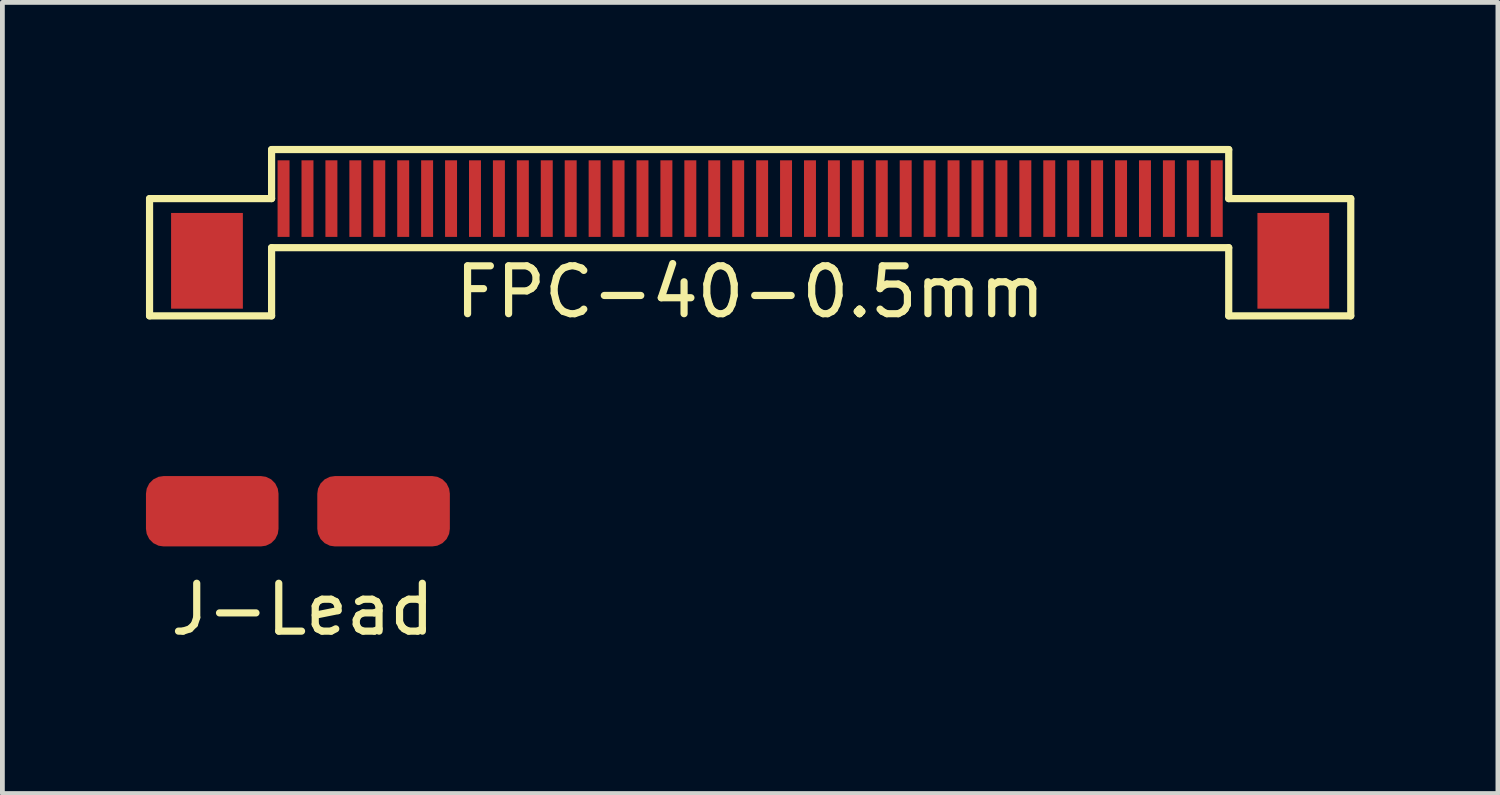
<source format=kicad_pcb>
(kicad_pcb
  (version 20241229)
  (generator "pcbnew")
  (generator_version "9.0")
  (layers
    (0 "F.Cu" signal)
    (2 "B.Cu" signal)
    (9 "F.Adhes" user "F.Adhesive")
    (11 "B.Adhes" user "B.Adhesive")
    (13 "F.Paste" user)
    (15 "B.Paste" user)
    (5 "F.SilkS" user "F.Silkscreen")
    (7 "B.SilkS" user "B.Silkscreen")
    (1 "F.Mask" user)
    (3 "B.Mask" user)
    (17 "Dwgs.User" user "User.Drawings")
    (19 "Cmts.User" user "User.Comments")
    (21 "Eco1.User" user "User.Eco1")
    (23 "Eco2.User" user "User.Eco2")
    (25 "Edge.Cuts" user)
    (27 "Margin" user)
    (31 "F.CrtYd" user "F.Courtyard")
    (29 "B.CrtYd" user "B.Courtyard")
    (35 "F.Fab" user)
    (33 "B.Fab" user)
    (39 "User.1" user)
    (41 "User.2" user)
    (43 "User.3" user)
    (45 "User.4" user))
  (footprint "FPC-40-0.5mm"
    (layer "F.Cu")
    (at 12.625 1.1)
    (property "Reference" "FPC-40-0.5mm" (at 0 1.95 0) (layer "F.SilkS") (effects (font (size 1 1) (thickness 0.15))))
    (attr smd)
    (fp_line (start -12.55 0) (end -10 0) (stroke (width 0.15) (type solid)) (layer "F.SilkS"))
    (fp_line (start -12.55 2.45) (end -12.55 0) (stroke (width 0.15) (type solid)) (layer "F.SilkS"))
    (fp_line (start -10 -1.025) (end 10 -1.025) (stroke (width 0.15) (type solid)) (layer "F.SilkS"))
    (fp_line (start -10 0) (end -10 -1.025) (stroke (width 0.15) (type solid)) (layer "F.SilkS"))
    (fp_line (start -10 1.025) (end -10 2.45) (stroke (width 0.15) (type solid)) (layer "F.SilkS"))
    (fp_line (start -10 1.025) (end 10 1.025) (stroke (width 0.15) (type solid)) (layer "F.SilkS"))
    (fp_line (start -10 2.45) (end -12.55 2.45) (stroke (width 0.15) (type solid)) (layer "F.SilkS"))
    (fp_line (start 10 0) (end 10 -1.025) (stroke (width 0.15) (type solid)) (layer "F.SilkS"))
    (fp_line (start 10 1.025) (end 10 2.45) (stroke (width 0.15) (type solid)) (layer "F.SilkS"))
    (fp_line (start 10 2.45) (end 12.55 2.45) (stroke (width 0.15) (type solid)) (layer "F.SilkS"))
    (fp_line (start 12.55 0) (end 10 0) (stroke (width 0.15) (type solid)) (layer "F.SilkS"))
    (fp_line (start 12.55 2.45) (end 12.55 0) (stroke (width 0.15) (type solid)) (layer "F.SilkS"))
    (pad "0" smd rect (at -11.35 1.3) (size 1.5 2) (layers "F.Cu" "F.Mask" "F.Paste"))
    (pad "0" smd rect (at 11.35 1.3) (size 1.5 2) (layers "F.Cu" "F.Mask" "F.Paste"))
    (pad "1" smd rect (at -9.75 0) (size 0.25 1.6) (layers "F.Cu" "F.Mask" "F.Paste"))
    (pad "2" smd rect (at -9.25 0) (size 0.25 1.6) (layers "F.Cu" "F.Mask" "F.Paste"))
    (pad "3" smd rect (at -8.75 0) (size 0.25 1.6) (layers "F.Cu" "F.Mask" "F.Paste"))
    (pad "4" smd rect (at -8.25 0) (size 0.25 1.6) (layers "F.Cu" "F.Mask" "F.Paste"))
    (pad "5" smd rect (at -7.75 0) (size 0.25 1.6) (layers "F.Cu" "F.Mask" "F.Paste"))
    (pad "6" smd rect (at -7.25 0) (size 0.25 1.6) (layers "F.Cu" "F.Mask" "F.Paste"))
    (pad "7" smd rect (at -6.75 0) (size 0.25 1.6) (layers "F.Cu" "F.Mask" "F.Paste"))
    (pad "8" smd rect (at -6.25 0) (size 0.25 1.6) (layers "F.Cu" "F.Mask" "F.Paste"))
    (pad "9" smd rect (at -5.75 0) (size 0.25 1.6) (layers "F.Cu" "F.Mask" "F.Paste"))
    (pad "10" smd rect (at -5.25 0) (size 0.25 1.6) (layers "F.Cu" "F.Mask" "F.Paste"))
    (pad "11" smd rect (at -4.75 0) (size 0.25 1.6) (layers "F.Cu" "F.Mask" "F.Paste"))
    (pad "12" smd rect (at -4.25 0) (size 0.25 1.6) (layers "F.Cu" "F.Mask" "F.Paste"))
    (pad "13" smd rect (at -3.75 0) (size 0.25 1.6) (layers "F.Cu" "F.Mask" "F.Paste"))
    (pad "14" smd rect (at -3.25 0) (size 0.25 1.6) (layers "F.Cu" "F.Mask" "F.Paste"))
    (pad "15" smd rect (at -2.75 0) (size 0.25 1.6) (layers "F.Cu" "F.Mask" "F.Paste"))
    (pad "16" smd rect (at -2.25 0) (size 0.25 1.6) (layers "F.Cu" "F.Mask" "F.Paste"))
    (pad "17" smd rect (at -1.75 0) (size 0.25 1.6) (layers "F.Cu" "F.Mask" "F.Paste"))
    (pad "18" smd rect (at -1.25 0) (size 0.25 1.6) (layers "F.Cu" "F.Mask" "F.Paste"))
    (pad "19" smd rect (at -0.75 0) (size 0.25 1.6) (layers "F.Cu" "F.Mask" "F.Paste"))
    (pad "20" smd rect (at -0.25 0) (size 0.25 1.6) (layers "F.Cu" "F.Mask" "F.Paste"))
    (pad "21" smd rect (at 0.25 0) (size 0.25 1.6) (layers "F.Cu" "F.Mask" "F.Paste"))
    (pad "22" smd rect (at 0.75 0) (size 0.25 1.6) (layers "F.Cu" "F.Mask" "F.Paste"))
    (pad "23" smd rect (at 1.25 0) (size 0.25 1.6) (layers "F.Cu" "F.Mask" "F.Paste"))
    (pad "24" smd rect (at 1.75 0) (size 0.25 1.6) (layers "F.Cu" "F.Mask" "F.Paste"))
    (pad "25" smd rect (at 2.25 0) (size 0.25 1.6) (layers "F.Cu" "F.Mask" "F.Paste"))
    (pad "26" smd rect (at 2.75 0) (size 0.25 1.6) (layers "F.Cu" "F.Mask" "F.Paste"))
    (pad "27" smd rect (at 3.25 0) (size 0.25 1.6) (layers "F.Cu" "F.Mask" "F.Paste"))
    (pad "28" smd rect (at 3.75 0) (size 0.25 1.6) (layers "F.Cu" "F.Mask" "F.Paste"))
    (pad "29" smd rect (at 4.25 0) (size 0.25 1.6) (layers "F.Cu" "F.Mask" "F.Paste"))
    (pad "30" smd rect (at 4.75 0) (size 0.25 1.6) (layers "F.Cu" "F.Mask" "F.Paste"))
    (pad "31" smd rect (at 5.25 0) (size 0.25 1.6) (layers "F.Cu" "F.Mask" "F.Paste"))
    (pad "32" smd rect (at 5.75 0) (size 0.25 1.6) (layers "F.Cu" "F.Mask" "F.Paste"))
    (pad "33" smd rect (at 6.25 0) (size 0.25 1.6) (layers "F.Cu" "F.Mask" "F.Paste"))
    (pad "34" smd rect (at 6.75 0) (size 0.25 1.6) (layers "F.Cu" "F.Mask" "F.Paste"))
    (pad "35" smd rect (at 7.25 0) (size 0.25 1.6) (layers "F.Cu" "F.Mask" "F.Paste"))
    (pad "36" smd rect (at 7.75 0) (size 0.25 1.6) (layers "F.Cu" "F.Mask" "F.Paste"))
    (pad "37" smd rect (at 8.25 0) (size 0.25 1.6) (layers "F.Cu" "F.Mask" "F.Paste"))
    (pad "38" smd rect (at 8.75 0) (size 0.25 1.6) (layers "F.Cu" "F.Mask" "F.Paste"))
    (pad "39" smd rect (at 9.25 0) (size 0.25 1.6) (layers "F.Cu" "F.Mask" "F.Paste"))
    (pad "40" smd rect (at 9.75 0) (size 0.25 1.6) (layers "F.Cu" "F.Mask" "F.Paste")))
  (footprint "J-Lead"
    (layer "F.Cu")
    (at 3.175 7.633)
    (property "Reference" "J-Lead" (at 0.1 2.05 0) (layer "F.SilkS") (effects (font (size 1 1) (thickness 0.15))))
    (attr through_hole)
    (pad "1" smd roundrect (at -1.79 0) (size 2.77 1.47) (layers "F.Cu" "F.Mask" "F.Paste") (roundrect_rratio 0.25))
    (pad "2" smd roundrect (at 1.79 0) (size 2.77 1.47) (layers "F.Cu" "F.Mask" "F.Paste") (roundrect_rratio 0.25)))
  (gr_rect
    (start -3 -3)
    (end 28.25 13.531)
    (stroke (width 0.1) (type default))
    (fill no)
    (layer "Edge.Cuts")))
</source>
